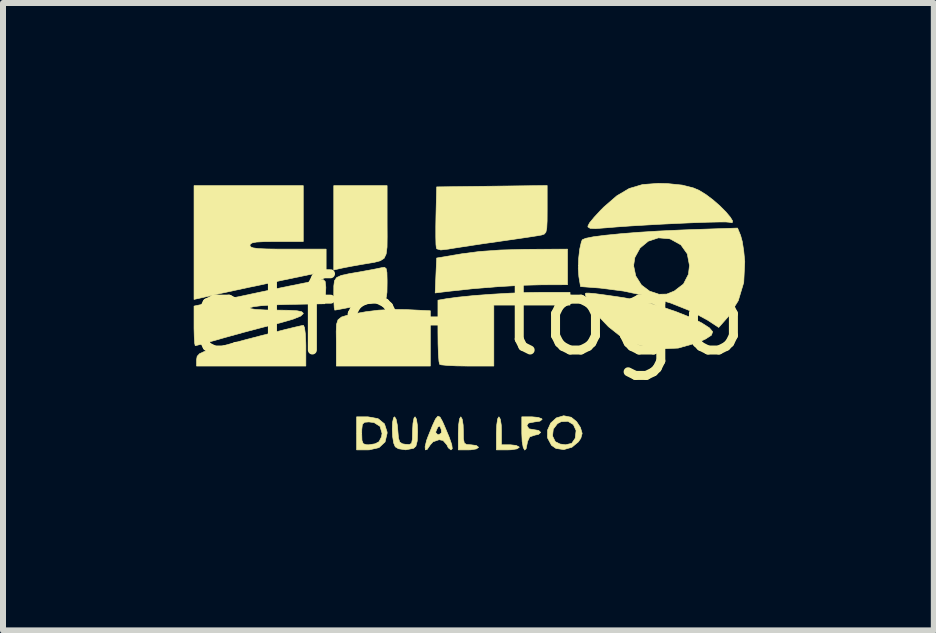
<source format=kicad_pcb>
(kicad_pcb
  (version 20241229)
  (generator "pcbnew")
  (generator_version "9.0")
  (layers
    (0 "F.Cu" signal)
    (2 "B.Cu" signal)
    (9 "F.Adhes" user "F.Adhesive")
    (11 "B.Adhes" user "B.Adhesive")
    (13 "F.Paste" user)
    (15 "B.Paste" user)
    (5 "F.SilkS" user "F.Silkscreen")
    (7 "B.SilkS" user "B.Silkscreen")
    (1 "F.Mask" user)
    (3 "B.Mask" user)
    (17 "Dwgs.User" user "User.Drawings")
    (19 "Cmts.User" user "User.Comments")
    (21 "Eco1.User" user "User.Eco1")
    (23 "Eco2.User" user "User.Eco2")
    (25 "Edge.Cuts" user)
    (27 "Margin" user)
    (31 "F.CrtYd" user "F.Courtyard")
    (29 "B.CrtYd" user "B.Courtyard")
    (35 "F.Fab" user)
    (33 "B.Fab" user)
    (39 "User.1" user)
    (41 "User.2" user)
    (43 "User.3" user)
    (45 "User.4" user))
  (footprint "elfo-logo"
    (layer "F.Cu")
    (at 4.755 2.202)
    (property "Reference" "elfo-logo" (at 0 0 0) (layer "F.SilkS") (effects (font (size 1.27 1.27) (thickness 0.15))))
    (attr through_hole)
    (fp_poly (pts (xy -1.027 -0.093) (xy -0.635 -0.074) (xy -0.635 0.847) (xy -2.201 0.847) (xy -2.201 0.445) (xy -2.203 0.27) (xy -2.198 0.152) (xy -2.173 0.077) (xy -2.115 0.03) (xy -2.011 -0.002) (xy -1.846 -0.033) (xy -1.714 -0.057) (xy -1.498 -0.084) (xy -1.242 -0.097) (xy -1.027 -0.093)) (stroke (width 0.01) (type solid)) (fill yes) (layer "F.SilkS"))
    (fp_poly (pts (xy -1.355 -1.548) (xy -1.354 -1.306) (xy -1.356 -1.134) (xy -1.371 -1.02) (xy -1.405 -0.948) (xy -1.469 -0.907) (xy -1.568 -0.881) (xy -1.713 -0.857) (xy -1.778 -0.846) (xy -1.937 -0.818) (xy -2.073 -0.792) (xy -2.148 -0.776) (xy -2.244 -0.753) (xy -2.244 -2.159) (xy -1.355 -2.159) (xy -1.355 -1.548)) (stroke (width 0.01) (type solid)) (fill yes) (layer "F.SilkS"))
    (fp_poly (pts (xy 1.651 -0.508) (xy 1.217 -0.507) (xy 0.875 -0.498) (xy 0.481 -0.475) (xy 0.067 -0.441) (xy -0.33 -0.398) (xy -0.554 -0.371) (xy -0.542 -0.662) (xy -0.529 -0.953) (xy -0.106 -1.024) (xy 0.181 -1.061) (xy 0.528 -1.086) (xy 0.91 -1.097) (xy 0.984 -1.098) (xy 1.651 -1.101) (xy 1.651 -0.508)) (stroke (width 0.01) (type solid)) (fill yes) (layer "F.SilkS"))
    (fp_poly (pts (xy 0.531 1.732) (xy 0.547 1.83) (xy 0.55 1.926) (xy 0.55 2.159) (xy 0.699 2.159) (xy 0.796 2.17) (xy 0.845 2.196) (xy 0.847 2.201) (xy 0.809 2.227) (xy 0.713 2.242) (xy 0.656 2.244) (xy 0.466 2.244) (xy 0.466 1.968) (xy 0.472 1.825) (xy 0.487 1.726) (xy 0.508 1.693) (xy 0.531 1.732)) (stroke (width 0.01) (type solid)) (fill yes) (layer "F.SilkS"))
    (fp_poly (pts (xy -0.104 1.732) (xy -0.088 1.83) (xy -0.085 1.926) (xy -0.083 2.059) (xy -0.069 2.129) (xy -0.031 2.155) (xy 0.04 2.159) (xy 0.042 2.159) (xy 0.132 2.171) (xy 0.169 2.201) (xy 0.169 2.201) (xy 0.132 2.228) (xy 0.038 2.243) (xy 0 2.244) (xy -0.169 2.244) (xy -0.169 1.968) (xy -0.163 1.825) (xy -0.148 1.726) (xy -0.127 1.693) (xy -0.104 1.732)) (stroke (width 0.01) (type solid)) (fill yes) (layer "F.SilkS"))
    (fp_poly (pts (xy -2.731 0.208) (xy -2.717 0.312) (xy -2.71 0.46) (xy -2.709 0.508) (xy -2.709 0.847) (xy -4.53 0.847) (xy -4.53 0.743) (xy -4.52 0.685) (xy -4.481 0.642) (xy -4.395 0.602) (xy -4.244 0.554) (xy -4.092 0.511) (xy -3.9 0.458) (xy -3.682 0.4) (xy -3.456 0.341) (xy -3.236 0.285) (xy -3.04 0.235) (xy -2.882 0.197) (xy -2.78 0.174) (xy -2.749 0.169) (xy -2.731 0.208)) (stroke (width 0.01) (type solid)) (fill yes) (layer "F.SilkS"))
    (fp_poly (pts (xy 1.693 -0.169) (xy 0.423 -0.169) (xy 0.423 0.847) (xy -0.014 0.847) (xy -0.199 0.844) (xy -0.351 0.837) (xy -0.451 0.827) (xy -0.48 0.818) (xy -0.491 0.768) (xy -0.5 0.649) (xy -0.506 0.481) (xy -0.508 0.28) (xy -0.508 0.27) (xy -0.508 -0.25) (xy -0.37 -0.274) (xy -0.171 -0.301) (xy 0.088 -0.327) (xy 0.383 -0.349) (xy 0.69 -0.367) (xy 0.984 -0.378) (xy 1.196 -0.381) (xy 1.693 -0.381) (xy 1.693 -0.169)) (stroke (width 0.01) (type solid)) (fill yes) (layer "F.SilkS"))
    (fp_poly (pts (xy -2.752 -1.228) (xy -3.196 -1.228) (xy -3.399 -1.226) (xy -3.531 -1.219) (xy -3.606 -1.204) (xy -3.637 -1.181) (xy -3.641 -1.164) (xy -3.629 -1.139) (xy -3.587 -1.122) (xy -3.502 -1.11) (xy -3.362 -1.104) (xy -3.157 -1.101) (xy -3.006 -1.101) (xy -2.371 -1.101) (xy -2.371 -0.735) (xy -3.122 -0.578) (xy -3.394 -0.52) (xy -3.666 -0.463) (xy -3.916 -0.409) (xy -4.12 -0.365) (xy -4.223 -0.342) (xy -4.572 -0.263) (xy -4.572 -2.159) (xy -2.752 -2.159) (xy -2.752 -1.228)) (stroke (width 0.01) (type solid)) (fill yes) (layer "F.SilkS"))
    (fp_poly (pts (xy 1.164 1.703) (xy 1.223 1.726) (xy 1.228 1.736) (xy 1.191 1.765) (xy 1.102 1.778) (xy 1.101 1.778) (xy 1 1.797) (xy 0.974 1.841) (xy 1.01 1.893) (xy 1.077 1.905) (xy 1.171 1.92) (xy 1.204 1.953) (xy 1.167 1.986) (xy 1.112 1.997) (xy 1.021 2.027) (xy 0.984 2.107) (xy 0.981 2.127) (xy 0.961 2.225) (xy 0.937 2.247) (xy 0.913 2.204) (xy 0.895 2.104) (xy 0.889 1.968) (xy 0.889 1.693) (xy 1.058 1.693) (xy 1.164 1.703)) (stroke (width 0.01) (type solid)) (fill yes) (layer "F.SilkS"))
    (fp_poly (pts (xy 1.312 -1.758) (xy 1.311 -1.571) (xy 1.305 -1.452) (xy 1.291 -1.385) (xy 1.264 -1.352) (xy 1.221 -1.337) (xy 1.217 -1.336) (xy 1.143 -1.323) (xy 1.002 -1.301) (xy 0.812 -1.273) (xy 0.591 -1.241) (xy 0.487 -1.226) (xy 0.248 -1.192) (xy 0.023 -1.158) (xy -0.166 -1.129) (xy -0.3 -1.108) (xy -0.331 -1.102) (xy -0.461 -1.087) (xy -0.525 -1.105) (xy -0.534 -1.119) (xy -0.541 -1.179) (xy -0.544 -1.305) (xy -0.544 -1.478) (xy -0.541 -1.654) (xy -0.529 -2.138) (xy 1.312 -2.161) (xy 1.312 -1.758)) (stroke (width 0.01) (type solid)) (fill yes) (layer "F.SilkS"))
    (fp_poly (pts (xy 2.104 -0.36) (xy 2.255 -0.34) (xy 2.473 -0.309) (xy 2.603 -0.289) (xy 2.87 -0.237) (xy 3.162 -0.158) (xy 3.451 -0.062) (xy 3.71 0.041) (xy 3.887 0.129) (xy 4.015 0.211) (xy 4.069 0.275) (xy 4.049 0.333) (xy 3.952 0.396) (xy 3.819 0.456) (xy 3.495 0.548) (xy 3.16 0.563) (xy 3.048 0.549) (xy 2.785 0.483) (xy 2.558 0.37) (xy 2.335 0.193) (xy 2.325 0.183) (xy 2.202 0.054) (xy 2.089 -0.088) (xy 2.001 -0.223) (xy 1.952 -0.329) (xy 1.947 -0.359) (xy 1.961 -0.368) (xy 2.01 -0.368) (xy 2.104 -0.36)) (stroke (width 0.01) (type solid)) (fill yes) (layer "F.SilkS"))
    (fp_poly (pts (xy -1.507 1.723) (xy -1.399 1.81) (xy -1.355 1.947) (xy -1.355 1.968) (xy -1.389 2.112) (xy -1.49 2.206) (xy -1.649 2.243) (xy -1.675 2.244) (xy -1.863 2.244) (xy -1.863 1.968) (xy -1.778 1.968) (xy -1.774 2.086) (xy -1.753 2.141) (xy -1.7 2.158) (xy -1.659 2.159) (xy -1.554 2.142) (xy -1.49 2.108) (xy -1.448 2.026) (xy -1.439 1.968) (xy -1.473 1.852) (xy -1.572 1.789) (xy -1.659 1.778) (xy -1.732 1.784) (xy -1.767 1.819) (xy -1.777 1.904) (xy -1.778 1.968) (xy -1.863 1.968) (xy -1.863 1.693) (xy -1.675 1.693) (xy -1.507 1.723)) (stroke (width 0.01) (type solid)) (fill yes) (layer "F.SilkS"))
    (fp_poly (pts (xy -1.371 -0.777) (xy -1.358 -0.711) (xy -1.355 -0.583) (xy -1.355 -0.535) (xy -1.357 -0.384) (xy -1.369 -0.297) (xy -1.397 -0.255) (xy -1.448 -0.236) (xy -1.45 -0.235) (xy -1.558 -0.213) (xy -1.703 -0.184) (xy -1.864 -0.153) (xy -2.018 -0.123) (xy -2.143 -0.099) (xy -2.217 -0.086) (xy -2.227 -0.085) (xy -2.236 -0.123) (xy -2.242 -0.224) (xy -2.244 -0.357) (xy -2.243 -0.488) (xy -2.232 -0.574) (xy -2.196 -0.628) (xy -2.119 -0.663) (xy -1.986 -0.692) (xy -1.82 -0.72) (xy -1.662 -0.749) (xy -1.525 -0.775) (xy -1.45 -0.791) (xy -1.399 -0.798) (xy -1.371 -0.777)) (stroke (width 0.01) (type solid)) (fill yes) (layer "F.SilkS"))
    (fp_poly (pts (xy -0.866 1.732) (xy -0.851 1.832) (xy -0.847 1.943) (xy -0.853 2.096) (xy -0.875 2.182) (xy -0.914 2.218) (xy -1.045 2.243) (xy -1.166 2.225) (xy -1.219 2.193) (xy -1.246 2.129) (xy -1.263 2.021) (xy -1.269 1.897) (xy -1.264 1.783) (xy -1.247 1.708) (xy -1.23 1.693) (xy -1.205 1.732) (xy -1.185 1.83) (xy -1.177 1.916) (xy -1.166 2.046) (xy -1.144 2.114) (xy -1.099 2.143) (xy -1.048 2.151) (xy -0.982 2.155) (xy -0.947 2.133) (xy -0.934 2.065) (xy -0.931 1.933) (xy -0.931 1.929) (xy -0.924 1.801) (xy -0.907 1.715) (xy -0.889 1.693) (xy -0.866 1.732)) (stroke (width 0.01) (type solid)) (fill yes) (layer "F.SilkS"))
    (fp_poly (pts (xy 1.712 1.7) (xy 1.802 1.773) (xy 1.866 1.871) (xy 1.895 1.969) (xy 1.873 2.049) (xy 1.833 2.109) (xy 1.724 2.2) (xy 1.589 2.239) (xy 1.459 2.22) (xy 1.384 2.168) (xy 1.318 2.044) (xy 1.318 2.012) (xy 1.401 2.012) (xy 1.448 2.108) (xy 1.526 2.146) (xy 1.618 2.159) (xy 1.721 2.135) (xy 1.779 2.05) (xy 1.794 1.922) (xy 1.748 1.822) (xy 1.658 1.768) (xy 1.545 1.774) (xy 1.484 1.806) (xy 1.414 1.898) (xy 1.401 2.012) (xy 1.318 2.012) (xy 1.318 1.915) (xy 1.371 1.797) (xy 1.465 1.711) (xy 1.587 1.675) (xy 1.712 1.7)) (stroke (width 0.01) (type solid)) (fill yes) (layer "F.SilkS"))
    (fp_poly (pts (xy -0.473 1.698) (xy -0.433 1.769) (xy -0.401 1.841) (xy -0.321 2.032) (xy -0.278 2.156) (xy -0.269 2.224) (xy -0.291 2.244) (xy -0.336 2.209) (xy -0.36 2.159) (xy -0.422 2.088) (xy -0.488 2.074) (xy -0.589 2.109) (xy -0.635 2.159) (xy -0.688 2.237) (xy -0.718 2.244) (xy -0.722 2.19) (xy -0.697 2.086) (xy -0.675 2.026) (xy -0.645 1.952) (xy -0.548 1.952) (xy -0.514 1.988) (xy -0.491 1.99) (xy -0.449 1.959) (xy -0.454 1.901) (xy -0.479 1.845) (xy -0.511 1.866) (xy -0.513 1.87) (xy -0.548 1.952) (xy -0.645 1.952) (xy -0.6 1.84) (xy -0.548 1.728) (xy -0.508 1.682) (xy -0.473 1.698)) (stroke (width 0.01) (type solid)) (fill yes) (layer "F.SilkS"))
    (fp_poly (pts (xy 3.318 -2.193) (xy 3.563 -2.168) (xy 3.751 -2.12) (xy 3.846 -2.079) (xy 3.958 -2.01) (xy 4.077 -1.92) (xy 4.191 -1.82) (xy 4.29 -1.721) (xy 4.363 -1.634) (xy 4.402 -1.57) (xy 4.394 -1.54) (xy 4.344 -1.549) (xy 4.286 -1.554) (xy 4.157 -1.553) (xy 3.973 -1.549) (xy 3.746 -1.541) (xy 3.491 -1.53) (xy 3.222 -1.517) (xy 2.954 -1.502) (xy 2.699 -1.487) (xy 2.473 -1.471) (xy 2.289 -1.456) (xy 2.275 -1.455) (xy 2.118 -1.443) (xy 2.029 -1.447) (xy 1.993 -1.469) (xy 1.99 -1.484) (xy 2.018 -1.538) (xy 2.095 -1.632) (xy 2.205 -1.751) (xy 2.256 -1.802) (xy 2.472 -1.989) (xy 2.678 -2.111) (xy 2.9 -2.177) (xy 3.163 -2.197) (xy 3.318 -2.193)) (stroke (width 0.01) (type solid)) (fill yes) (layer "F.SilkS"))
    (fp_poly (pts (xy -2.387 -0.563) (xy -2.376 -0.467) (xy -2.379 -0.392) (xy -2.392 -0.191) (xy -3.016 -0.179) (xy -3.266 -0.171) (xy -3.456 -0.158) (xy -3.582 -0.142) (xy -3.641 -0.125) (xy -3.629 -0.109) (xy -3.543 -0.096) (xy -3.38 -0.087) (xy -3.196 -0.085) (xy -2.99 -0.082) (xy -2.855 -0.074) (xy -2.78 -0.059) (xy -2.753 -0.034) (xy -2.752 -0.026) (xy -2.794 0.014) (xy -2.92 0.065) (xy -3.13 0.126) (xy -3.207 0.145) (xy -3.456 0.209) (xy -3.736 0.283) (xy -4 0.356) (xy -4.097 0.383) (xy -4.276 0.434) (xy -4.424 0.475) (xy -4.521 0.501) (xy -4.552 0.508) (xy -4.561 0.469) (xy -4.568 0.366) (xy -4.572 0.218) (xy -4.572 0.178) (xy -4.572 -0.152) (xy -3.524 -0.373) (xy -3.236 -0.434) (xy -2.973 -0.488) (xy -2.749 -0.533) (xy -2.574 -0.568) (xy -2.46 -0.588) (xy -2.421 -0.594) (xy -2.387 -0.563)) (stroke (width 0.01) (type solid)) (fill yes) (layer "F.SilkS"))
    (fp_poly (pts (xy 4.535 -1.329) (xy 4.563 -1.226) (xy 4.587 -1.071) (xy 4.604 -0.896) (xy 4.604 -0.889) (xy 4.587 -0.545) (xy 4.496 -0.242) (xy 4.332 0.021) (xy 4.307 0.049) (xy 4.17 0.204) (xy 3.981 0.08) (xy 3.705 -0.069) (xy 3.366 -0.204) (xy 2.986 -0.316) (xy 2.585 -0.402) (xy 2.186 -0.453) (xy 2.172 -0.454) (xy 1.868 -0.477) (xy 1.84 -0.642) (xy 1.83 -0.779) (xy 1.832 -0.826) (xy 2.752 -0.826) (xy 2.788 -0.654) (xy 2.883 -0.503) (xy 3.017 -0.402) (xy 3.019 -0.401) (xy 3.175 -0.349) (xy 3.304 -0.352) (xy 3.429 -0.402) (xy 3.583 -0.52) (xy 3.666 -0.682) (xy 3.683 -0.829) (xy 3.646 -1.023) (xy 3.54 -1.172) (xy 3.367 -1.268) (xy 3.348 -1.274) (xy 3.165 -1.289) (xy 2.996 -1.233) (xy 2.86 -1.12) (xy 2.773 -0.962) (xy 2.752 -0.826) (xy 1.832 -0.826) (xy 1.836 -0.943) (xy 1.854 -1.101) (xy 1.882 -1.222) (xy 1.897 -1.257) (xy 1.953 -1.281) (xy 2.083 -1.307) (xy 2.279 -1.332) (xy 2.531 -1.357) (xy 2.829 -1.381) (xy 3.164 -1.402) (xy 3.527 -1.419) (xy 3.734 -1.427) (xy 4.484 -1.452) (xy 4.535 -1.329)) (stroke (width 0.01) (type solid)) (fill yes) (layer "F.SilkS")))
  (gr_rect
    (start -3 -3)
    (end 12.509 7.454)
    (stroke (width 0.1) (type default))
    (fill no)
    (layer "Edge.Cuts")))
</source>
